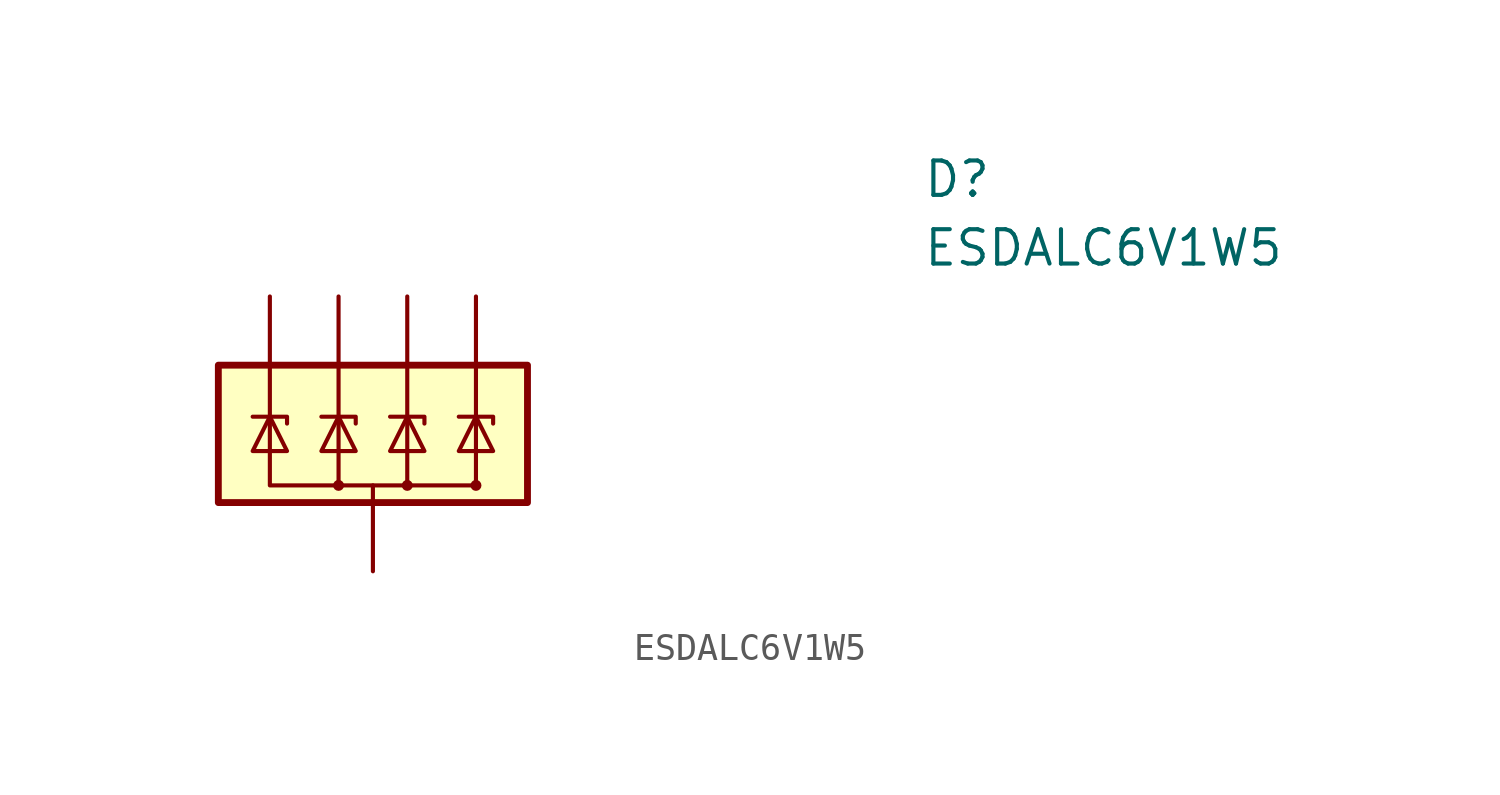
<source format=kicad_sym>
(kicad_symbol_lib
  (version 20231120)
  (generator "kicad_symbol_editor")
  (generator_version "8.0")
  (symbol "ESDALC6V1W5"
    (pin_numbers hide)
    (pin_names hide)
    (property "Reference" "D"
      (at 24.13 7.62 0)
      (effects (font (size 1.27 1.27)) (justify left top)))
    (property "Value" "ESDALC6V1W5"
      (at 24.13 5.08 0)
      (effects (font (size 1.27 1.27)) (justify left top)))
    (symbol "ESDALC6V1W5_0_0"
      (pin passive line (at 3.81 -7.62 90) (length 2.54) (name "GND" (effects (font (size 1.27 1.27)))) (number "2" (effects (font (size 1.27 1.27))))))
    (symbol "ESDALC6V1W5_0_1"
      (rectangle (start -1.905 0) (end 9.525 -5.08) (stroke (width 0.254) (type default)) (fill (type background)))
      (polyline (pts (xy 2.54 0) (xy 2.54 -4.445)) (stroke (width 0) (type default)) (fill (type none)))
      (polyline (pts (xy 3.81 -5.08) (xy 3.81 -4.445)) (stroke (width 0) (type default)) (fill (type none)))
      (polyline (pts (xy 5.08 0) (xy 5.08 -4.445)) (stroke (width 0) (type default)) (fill (type none)))
      (polyline (pts (xy -0.635 -1.905) (xy 0.635 -1.905) (xy 0.635 -2.159)) (stroke (width 0) (type default)) (fill (type none)))
      (polyline (pts (xy 1.905 -1.905) (xy 3.175 -1.905) (xy 3.175 -2.159)) (stroke (width 0) (type default)) (fill (type none)))
      (polyline (pts (xy 4.445 -1.905) (xy 5.715 -1.905) (xy 5.715 -2.159)) (stroke (width 0) (type default)) (fill (type none)))
      (polyline (pts (xy 6.985 -1.905) (xy 8.255 -1.905) (xy 8.255 -2.159)) (stroke (width 0) (type default)) (fill (type none)))
      (polyline (pts (xy -0.635 -3.175) (xy 0.635 -3.175) (xy 0 -1.905) (xy -0.635 -3.175)) (stroke (width 0) (type default)) (fill (type none)))
      (polyline (pts (xy 0 0) (xy 0 -4.445) (xy 7.62 -4.445) (xy 7.62 0)) (stroke (width 0) (type default)) (fill (type none)))
      (polyline (pts (xy 1.905 -3.175) (xy 3.175 -3.175) (xy 2.54 -1.905) (xy 1.905 -3.175)) (stroke (width 0) (type default)) (fill (type none)))
      (polyline (pts (xy 4.445 -3.175) (xy 5.715 -3.175) (xy 5.08 -1.905) (xy 4.445 -3.175)) (stroke (width 0) (type default)) (fill (type none)))
      (polyline (pts (xy 6.985 -3.175) (xy 8.255 -3.175) (xy 7.62 -1.905) (xy 6.985 -3.175)) (stroke (width 0) (type default)) (fill (type none)))
      (circle (center 2.54 -4.445) (radius 0.127) (stroke (width 0) (type default)) (fill (type none)))
      (circle (center 5.08 -4.445) (radius 0.127) (stroke (width 0) (type default)) (fill (type none)))
      (circle (center 7.62 -4.445) (radius 0.127) (stroke (width 0) (type default)) (fill (type none))))
    (symbol "ESDALC6V1W5_1_1"
      (pin passive line (at 0 2.54 270) (length 2.54) (name "IO1" (effects (font (size 1.27 1.27)))) (number "1" (effects (font (size 1.27 1.27)))))
      (pin passive line (at 7.62 2.54 270) (length 2.54) (name "IO2" (effects (font (size 1.27 1.27)))) (number "3" (effects (font (size 1.27 1.27)))))
      (pin passive line (at 5.08 2.54 270) (length 2.54) (name "IO3" (effects (font (size 1.27 1.27)))) (number "4" (effects (font (size 1.27 1.27)))))
      (pin passive line (at 2.54 2.54 270) (length 2.54) (name "IO4" (effects (font (size 1.27 1.27)))) (number "5" (effects (font (size 1.27 1.27))))))))
</source>
